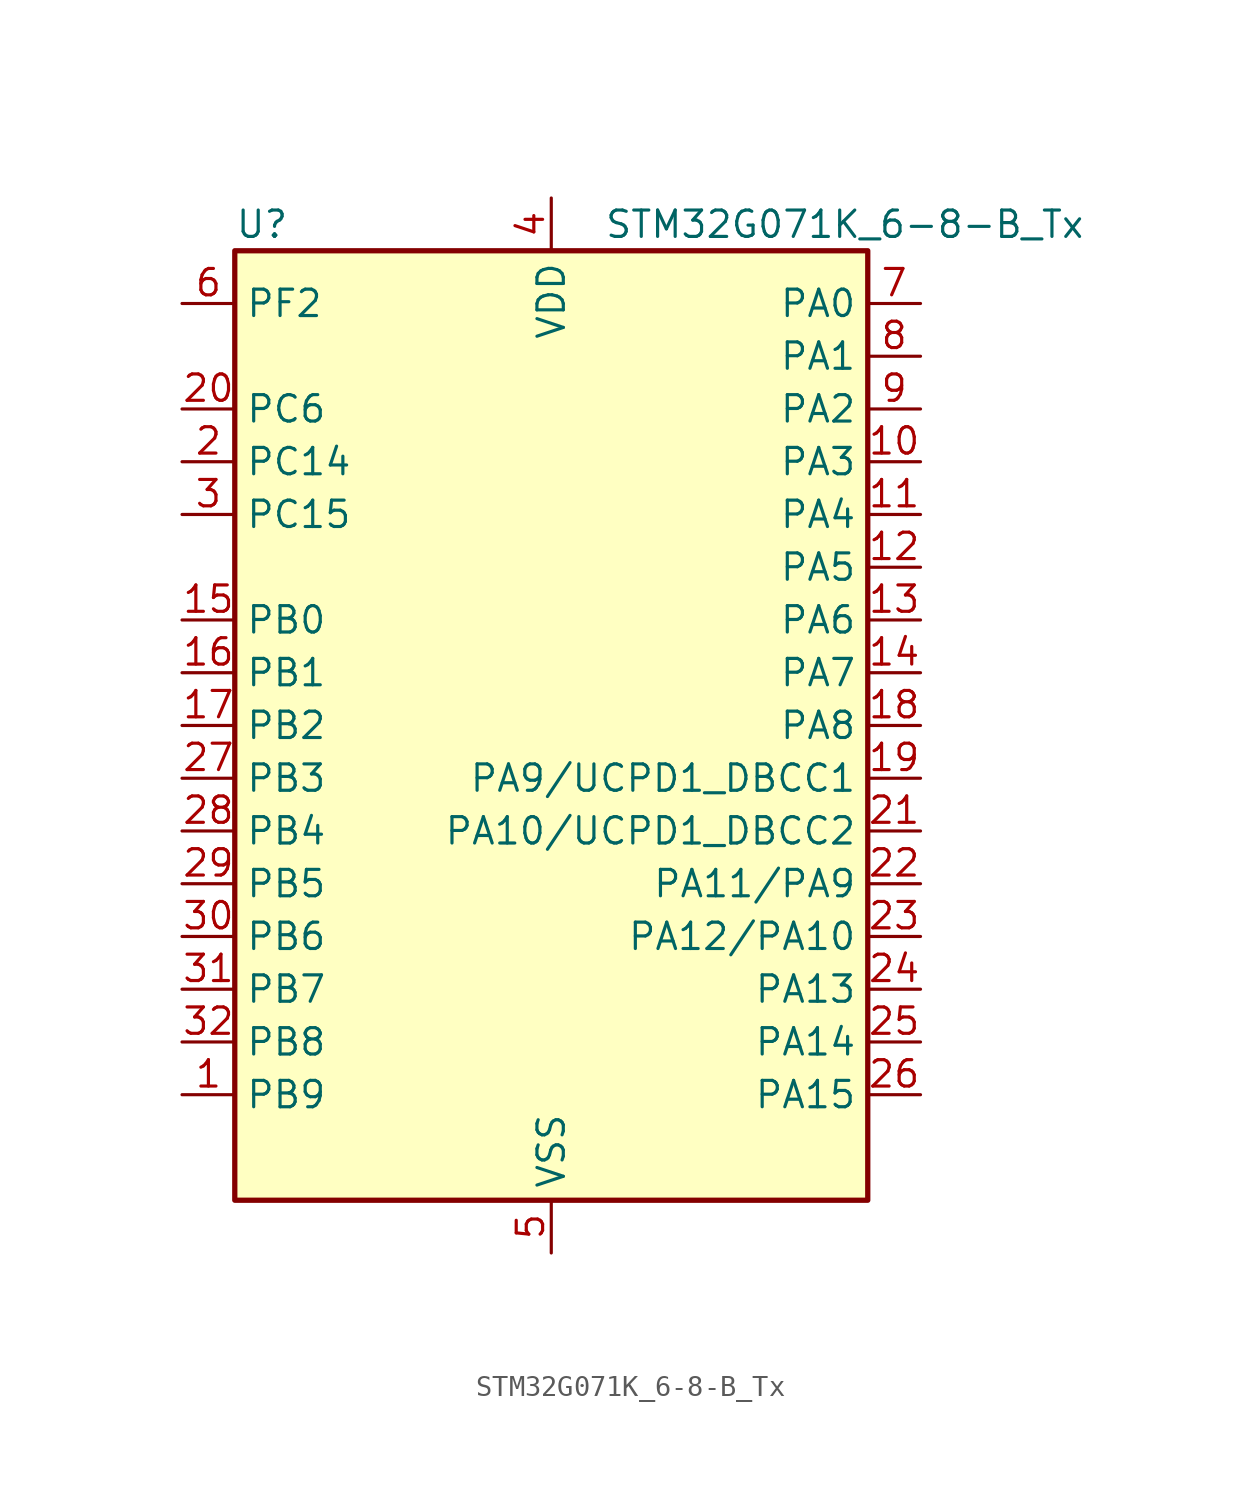
<source format=kicad_sym>
(kicad_symbol_lib
  (version 20231120)
  (generator "kicad_symbol_editor")
  (generator_version "8.0")
  (symbol "STM32G071K_6-8-B_Tx"
    (property "Reference" "U"
      (at -15.24 24.13 0)
      (effects (font (size 1.27 1.27)) (justify left)))
    (property "Value" "STM32G071K_6-8-B_Tx"
      (at 2.54 24.13 0)
      (effects (font (size 1.27 1.27)) (justify left)))
    (property "ki_locked" ""
      (at 0 0 0)
      (effects (font (size 1.27 1.27))))
    (symbol "STM32G071K_6-8-B_Tx_0_1"
      (rectangle (start -15.24 -22.86) (end 15.24 22.86) (stroke (width 0.254) (type default)) (fill (type background))))
    (symbol "STM32G071K_6-8-B_Tx_1_1"
      (pin bidirectional line (at -17.78 -17.78 0) (length 2.54) (name "PB9" (effects (font (size 1.27 1.27)))) (number "1" (effects (font (size 1.27 1.27)))) (alternate "DAC1_EXTI9" bidirectional line) (alternate "I2C1_SDA" bidirectional line) (alternate "IR_OUT" bidirectional line) (alternate "SPI2_NSS" bidirectional line) (alternate "TIM17_CH1" bidirectional line) (alternate "USART3_RX" bidirectional line))
      (pin bidirectional line (at 17.78 12.7 180) (length 2.54) (name "PA3" (effects (font (size 1.27 1.27)))) (number "10" (effects (font (size 1.27 1.27)))) (alternate "ADC1_IN3" bidirectional line) (alternate "COMP2_INP" bidirectional line) (alternate "LPUART1_RX" bidirectional line) (alternate "SPI2_MISO" bidirectional line) (alternate "TIM15_CH2" bidirectional line) (alternate "TIM2_CH4" bidirectional line) (alternate "USART2_RX" bidirectional line))
      (pin bidirectional line (at 17.78 10.16 180) (length 2.54) (name "PA4" (effects (font (size 1.27 1.27)))) (number "11" (effects (font (size 1.27 1.27)))) (alternate "ADC1_IN4" bidirectional line) (alternate "DAC1_OUT1" bidirectional line) (alternate "I2S1_WS" bidirectional line) (alternate "LPTIM2_OUT" bidirectional line) (alternate "RTC_OUT_ALARM" bidirectional line) (alternate "RTC_OUT_CALIB" bidirectional line) (alternate "RTC_TAMP_IN1" bidirectional line) (alternate "RTC_TS" bidirectional line) (alternate "SPI1_NSS" bidirectional line) (alternate "SPI2_MOSI" bidirectional line) (alternate "SYS_WKUP2" bidirectional line) (alternate "TIM14_CH1" bidirectional line))
      (pin bidirectional line (at 17.78 7.62 180) (length 2.54) (name "PA5" (effects (font (size 1.27 1.27)))) (number "12" (effects (font (size 1.27 1.27)))) (alternate "ADC1_IN5" bidirectional line) (alternate "CEC" bidirectional line) (alternate "DAC1_OUT2" bidirectional line) (alternate "I2S1_CK" bidirectional line) (alternate "LPTIM2_ETR" bidirectional line) (alternate "SPI1_SCK" bidirectional line) (alternate "TIM2_CH1" bidirectional line) (alternate "TIM2_ETR" bidirectional line) (alternate "UCPD1_FRSTX1" bidirectional line) (alternate "UCPD1_FRSTX2" bidirectional line) (alternate "USART3_TX" bidirectional line))
      (pin bidirectional line (at 17.78 5.08 180) (length 2.54) (name "PA6" (effects (font (size 1.27 1.27)))) (number "13" (effects (font (size 1.27 1.27)))) (alternate "ADC1_IN6" bidirectional line) (alternate "COMP1_OUT" bidirectional line) (alternate "I2S1_MCK" bidirectional line) (alternate "LPUART1_CTS" bidirectional line) (alternate "SPI1_MISO" bidirectional line) (alternate "TIM16_CH1" bidirectional line) (alternate "TIM1_BK" bidirectional line) (alternate "TIM3_CH1" bidirectional line) (alternate "USART3_CTS" bidirectional line) (alternate "USART3_NSS" bidirectional line))
      (pin bidirectional line (at 17.78 2.54 180) (length 2.54) (name "PA7" (effects (font (size 1.27 1.27)))) (number "14" (effects (font (size 1.27 1.27)))) (alternate "ADC1_IN7" bidirectional line) (alternate "COMP2_OUT" bidirectional line) (alternate "I2S1_SD" bidirectional line) (alternate "SPI1_MOSI" bidirectional line) (alternate "TIM14_CH1" bidirectional line) (alternate "TIM17_CH1" bidirectional line) (alternate "TIM1_CH1N" bidirectional line) (alternate "TIM3_CH2" bidirectional line) (alternate "UCPD1_FRSTX1" bidirectional line) (alternate "UCPD1_FRSTX2" bidirectional line))
      (pin bidirectional line (at -17.78 5.08 0) (length 2.54) (name "PB0" (effects (font (size 1.27 1.27)))) (number "15" (effects (font (size 1.27 1.27)))) (alternate "ADC1_IN8" bidirectional line) (alternate "COMP1_OUT" bidirectional line) (alternate "I2S1_WS" bidirectional line) (alternate "LPTIM1_OUT" bidirectional line) (alternate "SPI1_NSS" bidirectional line) (alternate "TIM1_CH2N" bidirectional line) (alternate "TIM3_CH3" bidirectional line) (alternate "UCPD1_FRSTX1" bidirectional line) (alternate "UCPD1_FRSTX2" bidirectional line) (alternate "USART3_RX" bidirectional line))
      (pin bidirectional line (at -17.78 2.54 0) (length 2.54) (name "PB1" (effects (font (size 1.27 1.27)))) (number "16" (effects (font (size 1.27 1.27)))) (alternate "ADC1_IN9" bidirectional line) (alternate "COMP1_INM" bidirectional line) (alternate "LPTIM2_IN1" bidirectional line) (alternate "LPUART1_DE" bidirectional line) (alternate "LPUART1_RTS" bidirectional line) (alternate "TIM14_CH1" bidirectional line) (alternate "TIM1_CH3N" bidirectional line) (alternate "TIM3_CH4" bidirectional line) (alternate "USART3_CK" bidirectional line) (alternate "USART3_DE" bidirectional line) (alternate "USART3_RTS" bidirectional line))
      (pin bidirectional line (at -17.78 0 0) (length 2.54) (name "PB2" (effects (font (size 1.27 1.27)))) (number "17" (effects (font (size 1.27 1.27)))) (alternate "ADC1_IN10" bidirectional line) (alternate "COMP1_INP" bidirectional line) (alternate "LPTIM1_OUT" bidirectional line) (alternate "SPI2_MISO" bidirectional line) (alternate "USART3_TX" bidirectional line))
      (pin bidirectional line (at 17.78 0 180) (length 2.54) (name "PA8" (effects (font (size 1.27 1.27)))) (number "18" (effects (font (size 1.27 1.27)))) (alternate "LPTIM2_OUT" bidirectional line) (alternate "RCC_MCO" bidirectional line) (alternate "SPI2_NSS" bidirectional line) (alternate "TIM1_CH1" bidirectional line) (alternate "UCPD1_CC1" bidirectional line))
      (pin bidirectional line (at 17.78 -2.54 180) (length 2.54) (name "PA9/UCPD1_DBCC1" (effects (font (size 1.27 1.27)))) (number "19" (effects (font (size 1.27 1.27)))) (alternate "DAC1_EXTI9" bidirectional line) (alternate "I2C1_SCL" bidirectional line) (alternate "RCC_MCO" bidirectional line) (alternate "SPI2_MISO" bidirectional line) (alternate "TIM15_BK" bidirectional line) (alternate "TIM1_CH2" bidirectional line) (alternate "UCPD1_DBCC1" bidirectional line) (alternate "USART1_TX" bidirectional line))
      (pin bidirectional line (at -17.78 12.7 0) (length 2.54) (name "PC14" (effects (font (size 1.27 1.27)))) (number "2" (effects (font (size 1.27 1.27)))) (alternate "RCC_OSC32_IN" bidirectional line) (alternate "RCC_OSC_IN" bidirectional line) (alternate "TIM1_BK2" bidirectional line))
      (pin bidirectional line (at -17.78 15.24 0) (length 2.54) (name "PC6" (effects (font (size 1.27 1.27)))) (number "20" (effects (font (size 1.27 1.27)))) (alternate "TIM2_CH3" bidirectional line) (alternate "TIM3_CH1" bidirectional line) (alternate "UCPD1_FRSTX1" bidirectional line) (alternate "UCPD1_FRSTX2" bidirectional line))
      (pin bidirectional line (at 17.78 -5.08 180) (length 2.54) (name "PA10/UCPD1_DBCC2" (effects (font (size 1.27 1.27)))) (number "21" (effects (font (size 1.27 1.27)))) (alternate "I2C1_SDA" bidirectional line) (alternate "SPI2_MOSI" bidirectional line) (alternate "TIM17_BK" bidirectional line) (alternate "TIM1_CH3" bidirectional line) (alternate "UCPD1_DBCC2" bidirectional line) (alternate "USART1_RX" bidirectional line))
      (pin bidirectional line (at 17.78 -7.62 180) (length 2.54) (name "PA11/PA9" (effects (font (size 1.27 1.27)))) (number "22" (effects (font (size 1.27 1.27)))) (alternate "ADC1_EXTI11" bidirectional line) (alternate "COMP1_OUT" bidirectional line) (alternate "I2C2_SCL" bidirectional line) (alternate "I2S1_MCK" bidirectional line) (alternate "SPI1_MISO" bidirectional line) (alternate "TIM1_BK2" bidirectional line) (alternate "TIM1_CH4" bidirectional line) (alternate "USART1_CTS" bidirectional line) (alternate "USART1_NSS" bidirectional line))
      (pin bidirectional line (at 17.78 -10.16 180) (length 2.54) (name "PA12/PA10" (effects (font (size 1.27 1.27)))) (number "23" (effects (font (size 1.27 1.27)))) (alternate "COMP2_OUT" bidirectional line) (alternate "I2C2_SDA" bidirectional line) (alternate "I2S1_SD" bidirectional line) (alternate "I2S_CKIN" bidirectional line) (alternate "SPI1_MOSI" bidirectional line) (alternate "TIM1_ETR" bidirectional line) (alternate "USART1_CK" bidirectional line) (alternate "USART1_DE" bidirectional line) (alternate "USART1_RTS" bidirectional line))
      (pin bidirectional line (at 17.78 -12.7 180) (length 2.54) (name "PA13" (effects (font (size 1.27 1.27)))) (number "24" (effects (font (size 1.27 1.27)))) (alternate "IR_OUT" bidirectional line) (alternate "SYS_SWDIO" bidirectional line))
      (pin bidirectional line (at 17.78 -15.24 180) (length 2.54) (name "PA14" (effects (font (size 1.27 1.27)))) (number "25" (effects (font (size 1.27 1.27)))) (alternate "SYS_SWCLK" bidirectional line) (alternate "USART2_TX" bidirectional line))
      (pin bidirectional line (at 17.78 -17.78 180) (length 2.54) (name "PA15" (effects (font (size 1.27 1.27)))) (number "26" (effects (font (size 1.27 1.27)))) (alternate "I2S1_WS" bidirectional line) (alternate "SPI1_NSS" bidirectional line) (alternate "TIM2_CH1" bidirectional line) (alternate "TIM2_ETR" bidirectional line) (alternate "USART2_RX" bidirectional line) (alternate "USART3_CK" bidirectional line) (alternate "USART3_DE" bidirectional line) (alternate "USART3_RTS" bidirectional line) (alternate "USART4_CK" bidirectional line) (alternate "USART4_DE" bidirectional line) (alternate "USART4_RTS" bidirectional line))
      (pin bidirectional line (at -17.78 -2.54 0) (length 2.54) (name "PB3" (effects (font (size 1.27 1.27)))) (number "27" (effects (font (size 1.27 1.27)))) (alternate "COMP2_INM" bidirectional line) (alternate "I2S1_CK" bidirectional line) (alternate "SPI1_SCK" bidirectional line) (alternate "TIM1_CH2" bidirectional line) (alternate "TIM2_CH2" bidirectional line) (alternate "USART1_CK" bidirectional line) (alternate "USART1_DE" bidirectional line) (alternate "USART1_RTS" bidirectional line))
      (pin bidirectional line (at -17.78 -5.08 0) (length 2.54) (name "PB4" (effects (font (size 1.27 1.27)))) (number "28" (effects (font (size 1.27 1.27)))) (alternate "COMP2_INP" bidirectional line) (alternate "I2S1_MCK" bidirectional line) (alternate "SPI1_MISO" bidirectional line) (alternate "TIM17_BK" bidirectional line) (alternate "TIM3_CH1" bidirectional line) (alternate "USART1_CTS" bidirectional line) (alternate "USART1_NSS" bidirectional line))
      (pin bidirectional line (at -17.78 -7.62 0) (length 2.54) (name "PB5" (effects (font (size 1.27 1.27)))) (number "29" (effects (font (size 1.27 1.27)))) (alternate "COMP2_OUT" bidirectional line) (alternate "I2C1_SMBA" bidirectional line) (alternate "I2S1_SD" bidirectional line) (alternate "LPTIM1_IN1" bidirectional line) (alternate "SPI1_MOSI" bidirectional line) (alternate "SYS_WKUP6" bidirectional line) (alternate "TIM16_BK" bidirectional line) (alternate "TIM3_CH2" bidirectional line))
      (pin bidirectional line (at -17.78 10.16 0) (length 2.54) (name "PC15" (effects (font (size 1.27 1.27)))) (number "3" (effects (font (size 1.27 1.27)))) (alternate "RCC_OSC32_EN" bidirectional line) (alternate "RCC_OSC32_OUT" bidirectional line) (alternate "RCC_OSC_EN" bidirectional line) (alternate "TIM15_BK" bidirectional line))
      (pin bidirectional line (at -17.78 -10.16 0) (length 2.54) (name "PB6" (effects (font (size 1.27 1.27)))) (number "30" (effects (font (size 1.27 1.27)))) (alternate "COMP2_INP" bidirectional line) (alternate "I2C1_SCL" bidirectional line) (alternate "LPTIM1_ETR" bidirectional line) (alternate "SPI2_MISO" bidirectional line) (alternate "TIM16_CH1N" bidirectional line) (alternate "TIM1_CH3" bidirectional line) (alternate "USART1_TX" bidirectional line))
      (pin bidirectional line (at -17.78 -12.7 0) (length 2.54) (name "PB7" (effects (font (size 1.27 1.27)))) (number "31" (effects (font (size 1.27 1.27)))) (alternate "COMP2_INM" bidirectional line) (alternate "I2C1_SDA" bidirectional line) (alternate "LPTIM1_IN2" bidirectional line) (alternate "SPI2_MOSI" bidirectional line) (alternate "SYS_PVD_IN" bidirectional line) (alternate "TIM17_CH1N" bidirectional line) (alternate "USART1_RX" bidirectional line) (alternate "USART4_CTS" bidirectional line) (alternate "USART4_NSS" bidirectional line))
      (pin bidirectional line (at -17.78 -15.24 0) (length 2.54) (name "PB8" (effects (font (size 1.27 1.27)))) (number "32" (effects (font (size 1.27 1.27)))) (alternate "CEC" bidirectional line) (alternate "I2C1_SCL" bidirectional line) (alternate "SPI2_SCK" bidirectional line) (alternate "TIM15_BK" bidirectional line) (alternate "TIM16_CH1" bidirectional line) (alternate "USART3_TX" bidirectional line))
      (pin power_in line (at 0 25.4 270) (length 2.54) (name "VDD" (effects (font (size 1.27 1.27)))) (number "4" (effects (font (size 1.27 1.27)))))
      (pin power_in line (at 0 -25.4 90) (length 2.54) (name "VSS" (effects (font (size 1.27 1.27)))) (number "5" (effects (font (size 1.27 1.27)))))
      (pin bidirectional line (at -17.78 20.32 0) (length 2.54) (name "PF2" (effects (font (size 1.27 1.27)))) (number "6" (effects (font (size 1.27 1.27)))) (alternate "RCC_MCO" bidirectional line))
      (pin bidirectional line (at 17.78 20.32 180) (length 2.54) (name "PA0" (effects (font (size 1.27 1.27)))) (number "7" (effects (font (size 1.27 1.27)))) (alternate "ADC1_IN0" bidirectional line) (alternate "COMP1_INM" bidirectional line) (alternate "COMP1_OUT" bidirectional line) (alternate "LPTIM1_OUT" bidirectional line) (alternate "RTC_TAMP_IN2" bidirectional line) (alternate "SPI2_SCK" bidirectional line) (alternate "SYS_WKUP1" bidirectional line) (alternate "TIM2_CH1" bidirectional line) (alternate "TIM2_ETR" bidirectional line) (alternate "USART2_CTS" bidirectional line) (alternate "USART2_NSS" bidirectional line) (alternate "USART4_TX" bidirectional line))
      (pin bidirectional line (at 17.78 17.78 180) (length 2.54) (name "PA1" (effects (font (size 1.27 1.27)))) (number "8" (effects (font (size 1.27 1.27)))) (alternate "ADC1_IN1" bidirectional line) (alternate "COMP1_INP" bidirectional line) (alternate "I2C1_SMBA" bidirectional line) (alternate "I2S1_CK" bidirectional line) (alternate "SPI1_SCK" bidirectional line) (alternate "TIM15_CH1N" bidirectional line) (alternate "TIM2_CH2" bidirectional line) (alternate "USART2_CK" bidirectional line) (alternate "USART2_DE" bidirectional line) (alternate "USART2_RTS" bidirectional line) (alternate "USART4_RX" bidirectional line))
      (pin bidirectional line (at 17.78 15.24 180) (length 2.54) (name "PA2" (effects (font (size 1.27 1.27)))) (number "9" (effects (font (size 1.27 1.27)))) (alternate "ADC1_IN2" bidirectional line) (alternate "COMP2_INM" bidirectional line) (alternate "COMP2_OUT" bidirectional line) (alternate "I2S1_SD" bidirectional line) (alternate "LPUART1_TX" bidirectional line) (alternate "RCC_LSCO" bidirectional line) (alternate "SPI1_MOSI" bidirectional line) (alternate "SYS_WKUP4" bidirectional line) (alternate "TIM15_CH1" bidirectional line) (alternate "TIM2_CH3" bidirectional line) (alternate "UCPD1_FRSTX1" bidirectional line) (alternate "UCPD1_FRSTX2" bidirectional line) (alternate "USART2_TX" bidirectional line)))))
</source>
